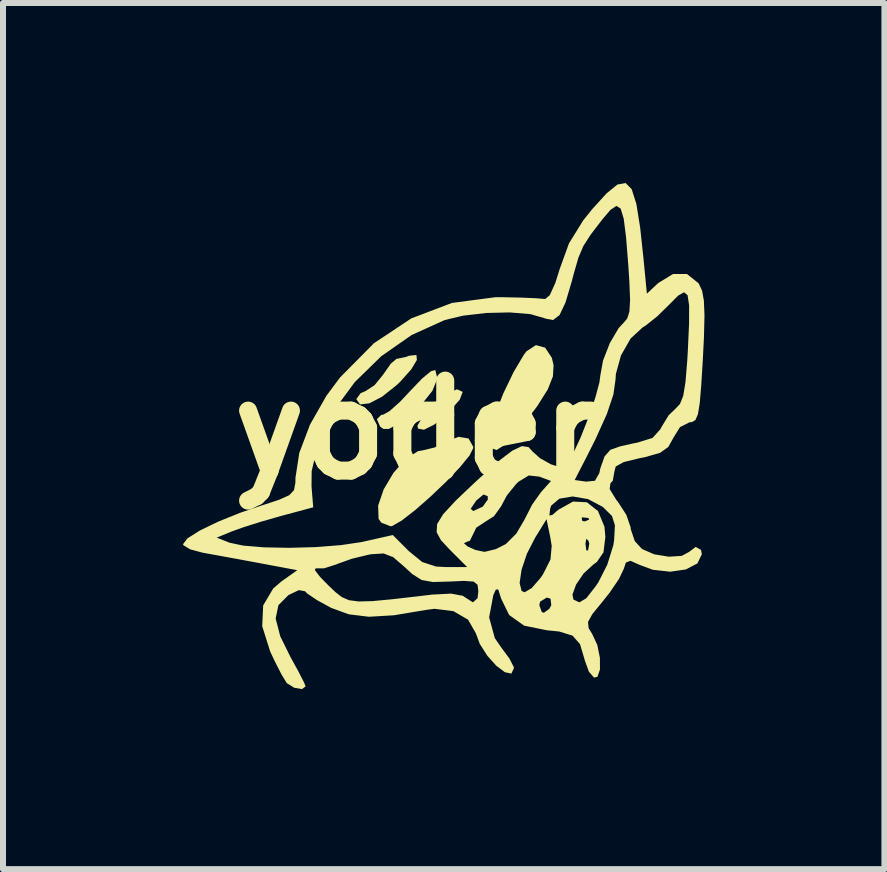
<source format=kicad_pcb>
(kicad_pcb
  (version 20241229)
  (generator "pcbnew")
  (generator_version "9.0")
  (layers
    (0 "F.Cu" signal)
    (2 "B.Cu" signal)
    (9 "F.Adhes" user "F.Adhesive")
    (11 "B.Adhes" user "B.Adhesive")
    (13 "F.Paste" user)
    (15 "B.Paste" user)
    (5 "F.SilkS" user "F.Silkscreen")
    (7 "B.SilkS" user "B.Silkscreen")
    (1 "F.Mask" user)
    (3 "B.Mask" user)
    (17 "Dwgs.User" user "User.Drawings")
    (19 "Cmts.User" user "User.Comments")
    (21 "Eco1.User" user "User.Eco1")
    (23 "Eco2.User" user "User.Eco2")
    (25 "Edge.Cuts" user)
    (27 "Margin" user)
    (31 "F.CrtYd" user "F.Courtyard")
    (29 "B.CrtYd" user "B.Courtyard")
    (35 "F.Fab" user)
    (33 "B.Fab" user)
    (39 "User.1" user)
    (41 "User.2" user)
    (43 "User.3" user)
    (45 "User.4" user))
  (footprint "yoder"
    (layer "F.Cu")
    (at 3.906 4.115)
    (property "Reference" "yoder" (at 0 0 0) (layer "F.SilkS") (effects (font (size 1.5 1.5) (thickness 0.3))))
    (attr board_only exclude_from_pos_files exclude_from_bom)
    (fp_poly (pts (xy 0.755 -0.634) (xy 0.706 -0.504) (xy 0.514 -0.286) (xy 0.492 -0.264) (xy 0.28 -0.088) (xy 0.11 -0.003) (xy 0.012 -0.021) (xy 0 -0.068) (xy 0.06 -0.175) (xy 0.207 -0.335) (xy 0.39 -0.503) (xy 0.56 -0.632) (xy 0.66 -0.677)) (stroke (width 0) (type solid)) (fill yes) (layer "F.SilkS"))
    (fp_poly (pts (xy 0.334 -0.856) (xy 0.25 -0.651) (xy 0.066 -0.42) (xy -0.096 -0.275) (xy -0.33 -0.097) (xy -0.475 -0.016) (xy -0.568 -0.017) (xy -0.621 -0.056) (xy -0.675 -0.178) (xy -0.602 -0.251) (xy -0.572 -0.253) (xy -0.464 -0.313) (xy -0.29 -0.468) (xy -0.114 -0.655) (xy 0.076 -0.854) (xy 0.226 -0.978) (xy 0.298 -0.999)) (stroke (width 0) (type solid)) (fill yes) (layer "F.SilkS"))
    (fp_poly (pts (xy 2.129 -1.371) (xy 2.241 -1.202) (xy 2.27 -1.076) (xy 2.259 -0.892) (xy 2.173 -0.675) (xy 1.997 -0.395) (xy 1.716 -0.024) (xy 1.714 -0.021) (xy 1.488 0.227) (xy 1.321 0.335) (xy 1.223 0.301) (xy 1.201 0.124) (xy 1.212 0.039) (xy 1.291 -0.249) (xy 1.432 -0.607) (xy 1.604 -0.965) (xy 1.775 -1.253) (xy 1.818 -1.31) (xy 1.975 -1.413)) (stroke (width 0) (type solid)) (fill yes) (layer "F.SilkS"))
    (fp_poly (pts (xy -0.008 -1.166) (xy -0.102 -1.009) (xy -0.287 -0.802) (xy -0.346 -0.746) (xy -0.588 -0.554) (xy -0.801 -0.443) (xy -0.955 -0.425) (xy -1.016 -0.51) (xy -1.016 -0.516) (xy -0.946 -0.612) (xy -0.861 -0.649) (xy -0.713 -0.746) (xy -0.566 -0.927) (xy -0.56 -0.937) (xy -0.442 -1.105) (xy -0.348 -1.184) (xy -0.341 -1.185) (xy -0.204 -1.213) (xy -0.134 -1.237) (xy -0.016 -1.249)) (stroke (width 0) (type solid)) (fill yes) (layer "F.SilkS"))
    (fp_poly (pts (xy 0.853 0.143) (xy 0.93 0.279) (xy 0.931 0.303) (xy 0.87 0.425) (xy 0.71 0.621) (xy 0.484 0.859) (xy 0.224 1.107) (xy -0.034 1.334) (xy -0.259 1.509) (xy -0.417 1.6) (xy -0.447 1.606) (xy -0.601 1.546) (xy -0.647 1.481) (xy -0.654 1.261) (xy -0.561 0.99) (xy -0.399 0.717) (xy -0.199 0.489) (xy 0.008 0.355) (xy 0.096 0.339) (xy 0.287 0.293) (xy 0.468 0.202) (xy 0.685 0.115)) (stroke (width 0) (type solid)) (fill yes) (layer "F.SilkS"))
    (fp_poly (pts (xy 3.572 -4.011) (xy 3.65 -3.766) (xy 3.713 -3.371) (xy 3.769 -2.85) (xy 3.825 -2.271) (xy 4.014 -2.448) (xy 4.26 -2.598) (xy 4.494 -2.598) (xy 4.684 -2.446) (xy 4.692 -2.434) (xy 4.745 -2.32) (xy 4.775 -2.154) (xy 4.785 -1.905) (xy 4.776 -1.541) (xy 4.758 -1.185) (xy 4.731 -0.745) (xy 4.706 -0.446) (xy 4.676 -0.263) (xy 4.635 -0.166) (xy 4.578 -0.131) (xy 4.536 -0.127) (xy 4.377 -0.047) (xy 4.269 0.127) (xy 4.182 0.284) (xy 4.046 0.381) (xy 3.809 0.45) (xy 3.713 0.469) (xy 3.439 0.536) (xy 3.306 0.609) (xy 3.283 0.696) (xy 3.257 0.846) (xy 3.217 0.889) (xy 3.205 0.986) (xy 3.314 1.164) (xy 3.342 1.198) (xy 3.483 1.416) (xy 3.554 1.623) (xy 3.556 1.653) (xy 3.623 1.853) (xy 3.744 1.985) (xy 3.947 2.073) (xy 4.19 2.113) (xy 4.407 2.099) (xy 4.53 2.032) (xy 4.638 1.95) (xy 4.727 2) (xy 4.741 2.071) (xy 4.667 2.225) (xy 4.476 2.325) (xy 4.214 2.363) (xy 3.926 2.331) (xy 3.711 2.252) (xy 3.55 2.181) (xy 3.475 2.211) (xy 3.439 2.318) (xy 3.359 2.485) (xy 3.204 2.713) (xy 3.088 2.859) (xy 2.917 3.068) (xy 2.844 3.2) (xy 2.854 3.303) (xy 2.915 3.404) (xy 2.999 3.585) (xy 3.042 3.799) (xy 3.043 3.993) (xy 3.001 4.115) (xy 2.944 4.128) (xy 2.858 4.029) (xy 2.788 3.834) (xy 2.784 3.817) (xy 2.71 3.569) (xy 2.585 3.428) (xy 2.364 3.36) (xy 2.157 3.339) (xy 1.779 3.262) (xy 1.529 3.084) (xy 1.449 2.921) (xy 2.032 2.921) (xy 2.073 3.034) (xy 2.108 3.048) (xy 2.2 2.981) (xy 2.232 2.921) (xy 2.219 2.812) (xy 2.156 2.794) (xy 2.046 2.862) (xy 2.032 2.921) (xy 1.449 2.921) (xy 1.395 2.809) (xy 1.348 2.659) (xy 1.308 2.661) (xy 1.266 2.752) (xy 1.196 3.123) (xy 1.29 3.469) (xy 1.397 3.625) (xy 1.534 3.81) (xy 1.606 3.951) (xy 1.609 3.97) (xy 1.566 4.061) (xy 1.458 4.038) (xy 1.315 3.93) (xy 1.166 3.764) (xy 1.041 3.568) (xy 0.974 3.388) (xy 0.845 3.163) (xy 0.602 3.021) (xy 0.285 2.981) (xy 0.149 2.999) (xy -0.389 3.089) (xy -0.807 3.114) (xy -1.144 3.073) (xy -1.436 2.966) (xy -1.446 2.961) (xy -1.675 2.835) (xy -1.835 2.727) (xy -1.873 2.689) (xy -1.975 2.67) (xy -2.148 2.752) (xy -2.316 2.921) (xy -2.362 3.143) (xy -2.285 3.44) (xy -2.117 3.781) (xy -1.983 4.025) (xy -1.891 4.205) (xy -1.863 4.274) (xy -1.923 4.32) (xy -2.053 4.297) (xy -2.173 4.222) (xy -2.181 4.212) (xy -2.263 4.078) (xy -2.38 3.849) (xy -2.453 3.693) (xy -2.586 3.272) (xy -2.57 2.925) (xy -2.403 2.643) (xy -2.268 2.527) (xy -2.002 2.338) (xy -2.017 2.335) (xy -1.71 2.335) (xy -1.621 2.45) (xy -1.495 2.579) (xy -1.368 2.701) (xy -1.26 2.786) (xy -1.139 2.838) (xy -0.979 2.859) (xy -0.748 2.853) (xy -0.418 2.822) (xy 0.041 2.769) (xy 0.241 2.745) (xy 0.563 2.728) (xy 0.758 2.765) (xy 0.787 2.785) (xy 0.926 2.874) (xy 1.003 2.805) (xy 1.016 2.688) (xy 1.003 2.581) (xy 0.966 2.551) (xy 1.704 2.551) (xy 1.737 2.684) (xy 1.788 2.706) (xy 1.904 2.637) (xy 2.049 2.471) (xy 2.094 2.406) (xy 2.218 2.16) (xy 2.239 1.932) (xy 2.233 1.898) (xy 2.801 1.898) (xy 2.816 2.008) (xy 2.845 2.009) (xy 2.865 1.896) (xy 2.852 1.847) (xy 2.814 1.815) (xy 2.801 1.898) (xy 2.233 1.898) (xy 2.217 1.799) (xy 2.153 1.488) (xy 1.961 1.799) (xy 1.824 2.067) (xy 1.736 2.331) (xy 1.704 2.551) (xy 0.966 2.551) (xy 0.937 2.528) (xy 0.778 2.516) (xy 0.542 2.527) (xy 0.257 2.535) (xy 0.071 2.501) (xy -0.086 2.402) (xy -0.209 2.288) (xy -0.401 2.122) (xy -0.562 2.059) (xy -0.768 2.072) (xy -0.814 2.08) (xy -1.091 2.147) (xy -1.332 2.233) (xy -1.355 2.243) (xy -1.556 2.307) (xy -1.693 2.307) (xy -1.71 2.335) (xy -2.017 2.335) (xy -2.631 2.22) (xy -2.991 2.153) (xy -3.331 2.091) (xy -3.579 2.046) (xy -3.58 2.046) (xy -3.787 1.99) (xy -3.899 1.922) (xy -3.906 1.905) (xy -3.834 1.81) (xy -3.812 1.795) (xy -3.344 1.795) (xy -3.133 1.879) (xy -2.904 1.928) (xy -2.555 1.957) (xy -2.135 1.965) (xy -1.692 1.953) (xy -1.274 1.92) (xy -0.929 1.869) (xy -0.904 1.863) (xy -0.41 1.752) (xy -0.143 2.019) (xy 0.081 2.202) (xy 0.311 2.277) (xy 0.477 2.286) (xy 0.83 2.286) (xy 0.537 1.993) (xy 0.441 1.889) (xy 0.776 1.889) (xy 0.838 1.943) (xy 0.963 1.999) (xy 1.104 2.03) (xy 1.125 2.031) (xy 1.307 1.987) (xy 1.476 1.901) (xy 1.649 1.728) (xy 1.783 1.499) (xy 1.799 1.468) (xy 2.738 1.468) (xy 2.749 1.518) (xy 2.794 1.524) (xy 2.864 1.493) (xy 2.85 1.468) (xy 2.75 1.457) (xy 2.738 1.468) (xy 1.799 1.468) (xy 1.82 1.427) (xy 2.2 1.427) (xy 2.251 1.416) (xy 2.346 1.333) (xy 2.594 1.194) (xy 2.825 1.206) (xy 3.01 1.352) (xy 3.118 1.613) (xy 3.133 1.782) (xy 3.102 2.039) (xy 2.992 2.2) (xy 2.934 2.243) (xy 2.772 2.391) (xy 2.645 2.577) (xy 2.584 2.746) (xy 2.602 2.828) (xy 2.7 2.874) (xy 2.815 2.806) (xy 2.971 2.606) (xy 3.015 2.542) (xy 3.165 2.246) (xy 3.266 1.921) (xy 3.279 1.835) (xy 3.292 1.589) (xy 3.243 1.434) (xy 3.104 1.296) (xy 3.083 1.279) (xy 2.844 1.153) (xy 2.588 1.109) (xy 2.367 1.146) (xy 2.23 1.262) (xy 2.213 1.312) (xy 2.2 1.427) (xy 1.82 1.427) (xy 1.912 1.246) (xy 2.059 1.039) (xy 2.227 0.851) (xy 2.183 0.835) (xy 2.622 0.835) (xy 2.814 0.862) (xy 2.96 0.847) (xy 3.032 0.721) (xy 3.048 0.644) (xy 3.119 0.443) (xy 3.217 0.331) (xy 3.383 0.273) (xy 3.624 0.219) (xy 3.666 0.212) (xy 3.92 0.133) (xy 4.052 -0.014) (xy 4.062 -0.038) (xy 4.188 -0.244) (xy 4.299 -0.351) (xy 4.377 -0.433) (xy 4.431 -0.569) (xy 4.468 -0.795) (xy 4.497 -1.143) (xy 4.507 -1.312) (xy 4.528 -1.771) (xy 4.529 -2.076) (xy 4.503 -2.246) (xy 4.444 -2.294) (xy 4.346 -2.238) (xy 4.203 -2.094) (xy 3.999 -1.894) (xy 3.806 -1.74) (xy 3.753 -1.707) (xy 3.555 -1.525) (xy 3.394 -1.243) (xy 3.308 -0.931) (xy 3.302 -0.837) (xy 3.267 -0.591) (xy 3.158 -0.265) (xy 2.964 0.164) (xy 2.826 0.438) (xy 2.622 0.835) (xy 2.183 0.835) (xy 2.034 0.779) (xy 1.857 0.759) (xy 1.686 0.863) (xy 1.646 0.901) (xy 1.489 1.096) (xy 1.396 1.272) (xy 1.277 1.438) (xy 1.136 1.527) (xy 0.981 1.63) (xy 0.931 1.734) (xy 0.875 1.848) (xy 0.826 1.864) (xy 0.776 1.889) (xy 0.441 1.889) (xy 0.393 1.838) (xy 0.321 1.705) (xy 0.329 1.569) (xy 0.431 1.403) (xy 0.514 1.314) (xy 0.889 1.314) (xy 0.931 1.352) (xy 1.089 1.279) (xy 1.09 1.278) (xy 1.174 1.161) (xy 1.172 1.104) (xy 1.102 1.076) (xy 0.98 1.179) (xy 0.889 1.314) (xy 0.514 1.314) (xy 0.636 1.182) (xy 0.954 0.879) (xy 1.024 0.815) (xy 1.13 0.72) (xy 1.439 0.72) (xy 1.482 0.762) (xy 1.524 0.72) (xy 1.482 0.677) (xy 1.439 0.72) (xy 1.13 0.72) (xy 1.349 0.523) (xy 1.582 0.346) (xy 1.742 0.27) (xy 1.852 0.286) (xy 1.922 0.362) (xy 2.045 0.472) (xy 2.221 0.571) (xy 2.39 0.627) (xy 2.491 0.577) (xy 2.577 0.434) (xy 2.717 0.134) (xy 2.852 -0.206) (xy 2.964 -0.532) (xy 3.034 -0.792) (xy 3.048 -0.9) (xy 3.094 -1.156) (xy 3.208 -1.448) (xy 3.354 -1.696) (xy 3.434 -1.782) (xy 3.498 -1.857) (xy 3.534 -1.973) (xy 3.545 -2.166) (xy 3.533 -2.47) (xy 3.515 -2.749) (xy 3.478 -3.212) (xy 3.439 -3.52) (xy 3.388 -3.689) (xy 3.317 -3.733) (xy 3.218 -3.667) (xy 3.081 -3.507) (xy 3.076 -3.5) (xy 2.885 -3.25) (xy 2.766 -3.064) (xy 2.685 -2.874) (xy 2.609 -2.612) (xy 2.575 -2.482) (xy 2.469 -2.124) (xy 2.369 -1.913) (xy 2.26 -1.831) (xy 2.128 -1.857) (xy 2.114 -1.864) (xy 1.881 -1.93) (xy 1.54 -1.958) (xy 1.148 -1.949) (xy 0.761 -1.904) (xy 0.455 -1.831) (xy -0.095 -1.582) (xy -0.601 -1.229) (xy -1.043 -0.797) (xy -1.398 -0.316) (xy -1.645 0.188) (xy -1.762 0.688) (xy -1.764 0.942) (xy -1.736 1.29) (xy -2.286 1.438) (xy -2.614 1.532) (xy -2.913 1.627) (xy -3.09 1.691) (xy -3.344 1.795) (xy -3.812 1.795) (xy -3.631 1.68) (xy -3.329 1.533) (xy -2.959 1.383) (xy -2.603 1.262) (xy -2.306 1.165) (xy -2.135 1.088) (xy -2.056 1.003) (xy -2.033 0.88) (xy -2.032 0.799) (xy -1.968 0.383) (xy -1.789 -0.089) (xy -1.516 -0.569) (xy -1.29 -0.873) (xy -0.725 -1.444) (xy -0.101 -1.859) (xy 0.576 -2.116) (xy 1.301 -2.212) (xy 1.416 -2.212) (xy 1.731 -2.205) (xy 1.985 -2.194) (xy 2.125 -2.182) (xy 2.129 -2.181) (xy 2.206 -2.245) (xy 2.298 -2.446) (xy 2.373 -2.685) (xy 2.526 -3.108) (xy 2.763 -3.491) (xy 2.918 -3.684) (xy 3.153 -3.942) (xy 3.333 -4.089) (xy 3.47 -4.115)) (stroke (width 0) (type solid)) (fill yes) (layer "F.SilkS")))
  (gr_rect
    (start -3 -3)
    (end 11.69 11.435)
    (stroke (width 0.1) (type default))
    (fill no)
    (layer "Edge.Cuts")))
</source>
